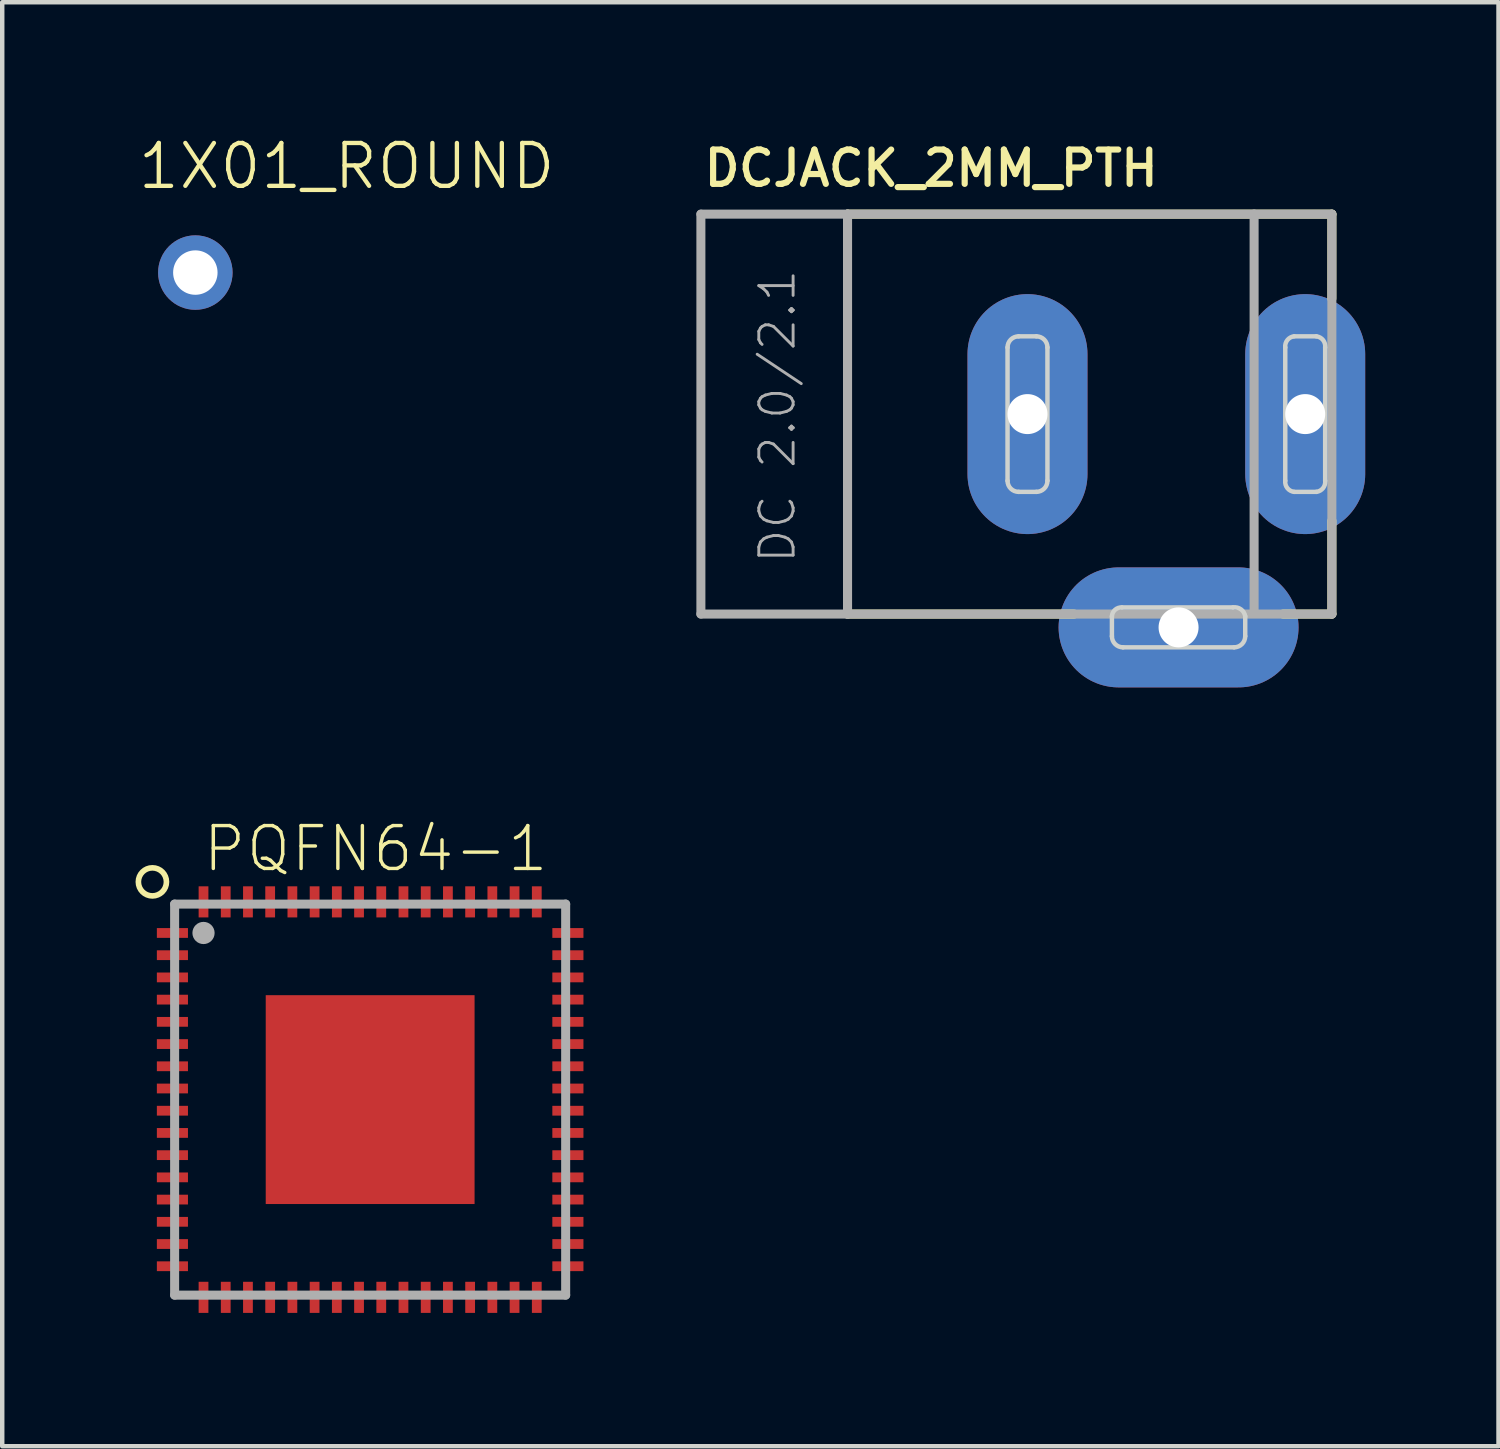
<source format=kicad_pcb>
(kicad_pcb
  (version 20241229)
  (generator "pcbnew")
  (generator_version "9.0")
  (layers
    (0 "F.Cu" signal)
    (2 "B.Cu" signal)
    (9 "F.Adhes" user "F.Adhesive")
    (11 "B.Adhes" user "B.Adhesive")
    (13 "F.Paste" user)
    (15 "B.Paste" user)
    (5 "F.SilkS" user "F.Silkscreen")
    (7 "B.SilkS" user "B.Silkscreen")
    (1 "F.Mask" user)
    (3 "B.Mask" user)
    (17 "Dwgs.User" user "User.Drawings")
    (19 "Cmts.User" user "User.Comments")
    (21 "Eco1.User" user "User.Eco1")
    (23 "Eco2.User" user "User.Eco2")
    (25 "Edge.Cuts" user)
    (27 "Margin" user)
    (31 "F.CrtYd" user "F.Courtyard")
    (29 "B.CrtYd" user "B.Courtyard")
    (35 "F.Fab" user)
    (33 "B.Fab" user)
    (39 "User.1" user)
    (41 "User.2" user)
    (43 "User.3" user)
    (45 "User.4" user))
  (footprint "1X01_ROUND"
    (layer "F.Cu")
    (at 1.346 3.084)
    (property "Reference" "1X01_ROUND" (at -1.346 -1.829 0) (layer "F.SilkS") (effects (font (size 0.965 0.965) (thickness 0.097)) (justify left bottom)))
    (attr through_hole)
    (fp_poly (pts (xy -0.254 0.254) (xy 0.254 0.254) (xy 0.254 -0.254) (xy -0.254 -0.254)) (stroke (width 0.1) (type solid)) (fill no) (layer "F.Fab"))
    (pad "1" thru_hole circle (at 0 0 90) (size 1.676 1.676) (drill 1) (layers "*.Cu" "*.Mask")))
  (footprint "PQFN64-1"
    (layer "F.Cu")
    (at 5.28 21.696)
    (property "Reference" "PQFN64-1" (at -3.81 -5.08 180) (layer "F.SilkS") (effects (font (size 0.965 0.965) (thickness 0.077)) (justify left bottom)))
    (attr through_hole)
    (fp_circle (center -4.9 -4.9) (end -4.584 -4.9) (stroke (width 0.127) (type solid)) (fill no) (layer "F.SilkS"))
    (fp_poly (pts (xy -1.905 -0.381) (xy -0.381 -0.381) (xy -0.381 -1.905) (xy -1.905 -1.905)) (stroke (width 0) (type solid)) (fill yes) (layer "F.Paste"))
    (fp_poly (pts (xy -1.905 1.905) (xy -0.381 1.905) (xy -0.381 0.381) (xy -1.905 0.381)) (stroke (width 0) (type solid)) (fill yes) (layer "F.Paste"))
    (fp_poly (pts (xy 0.381 -0.381) (xy 1.905 -0.381) (xy 1.905 -1.905) (xy 0.381 -1.905)) (stroke (width 0) (type solid)) (fill yes) (layer "F.Paste"))
    (fp_poly (pts (xy 0.381 1.905) (xy 1.905 1.905) (xy 1.905 0.381) (xy 0.381 0.381)) (stroke (width 0) (type solid)) (fill yes) (layer "F.Paste"))
    (fp_line (start -4.4 -4.4) (end -4.4 4.4) (stroke (width 0.203) (type solid)) (layer "F.Fab"))
    (fp_line (start -4.4 4.4) (end 4.4 4.4) (stroke (width 0.203) (type solid)) (layer "F.Fab"))
    (fp_line (start 4.4 -4.4) (end -4.4 -4.4) (stroke (width 0.203) (type solid)) (layer "F.Fab"))
    (fp_line (start 4.4 4.4) (end 4.4 -4.4) (stroke (width 0.203) (type solid)) (layer "F.Fab"))
    (fp_circle (center -3.75 -3.75) (end -3.5 -3.75) (stroke (width 0) (type solid)) (fill yes) (layer "F.Fab"))
    (pad "1" smd rect (at -4.45 -3.75) (size 0.7 0.22) (layers "F.Cu" "F.Mask" "F.Paste"))
    (pad "2" smd rect (at -4.45 -3.25) (size 0.7 0.22) (layers "F.Cu" "F.Mask" "F.Paste"))
    (pad "3" smd rect (at -4.45 -2.75) (size 0.7 0.22) (layers "F.Cu" "F.Mask" "F.Paste"))
    (pad "4" smd rect (at -4.45 -2.25) (size 0.7 0.22) (layers "F.Cu" "F.Mask" "F.Paste"))
    (pad "5" smd rect (at -4.45 -1.75) (size 0.7 0.22) (layers "F.Cu" "F.Mask" "F.Paste"))
    (pad "6" smd rect (at -4.45 -1.25) (size 0.7 0.22) (layers "F.Cu" "F.Mask" "F.Paste"))
    (pad "7" smd rect (at -4.45 -0.75) (size 0.7 0.22) (layers "F.Cu" "F.Mask" "F.Paste"))
    (pad "8" smd rect (at -4.45 -0.25) (size 0.7 0.22) (layers "F.Cu" "F.Mask" "F.Paste"))
    (pad "9" smd rect (at -4.45 0.25) (size 0.7 0.22) (layers "F.Cu" "F.Mask" "F.Paste"))
    (pad "10" smd rect (at -4.45 0.75) (size 0.7 0.22) (layers "F.Cu" "F.Mask" "F.Paste"))
    (pad "11" smd rect (at -4.45 1.25) (size 0.7 0.22) (layers "F.Cu" "F.Mask" "F.Paste"))
    (pad "12" smd rect (at -4.45 1.75) (size 0.7 0.22) (layers "F.Cu" "F.Mask" "F.Paste"))
    (pad "13" smd rect (at -4.45 2.25) (size 0.7 0.22) (layers "F.Cu" "F.Mask" "F.Paste"))
    (pad "14" smd rect (at -4.45 2.75) (size 0.7 0.22) (layers "F.Cu" "F.Mask" "F.Paste"))
    (pad "15" smd rect (at -4.45 3.25) (size 0.7 0.22) (layers "F.Cu" "F.Mask" "F.Paste"))
    (pad "16" smd rect (at -4.45 3.75) (size 0.7 0.22) (layers "F.Cu" "F.Mask" "F.Paste"))
    (pad "17" smd rect (at -3.75 4.45 90) (size 0.7 0.22) (layers "F.Cu" "F.Mask" "F.Paste"))
    (pad "18" smd rect (at -3.25 4.45 90) (size 0.7 0.22) (layers "F.Cu" "F.Mask" "F.Paste"))
    (pad "19" smd rect (at -2.75 4.45 90) (size 0.7 0.22) (layers "F.Cu" "F.Mask" "F.Paste"))
    (pad "20" smd rect (at -2.25 4.45 90) (size 0.7 0.22) (layers "F.Cu" "F.Mask" "F.Paste"))
    (pad "21" smd rect (at -1.75 4.45 90) (size 0.7 0.22) (layers "F.Cu" "F.Mask" "F.Paste"))
    (pad "22" smd rect (at -1.25 4.45 90) (size 0.7 0.22) (layers "F.Cu" "F.Mask" "F.Paste"))
    (pad "23" smd rect (at -0.75 4.45 90) (size 0.7 0.22) (layers "F.Cu" "F.Mask" "F.Paste"))
    (pad "24" smd rect (at -0.25 4.45 90) (size 0.7 0.22) (layers "F.Cu" "F.Mask" "F.Paste"))
    (pad "25" smd rect (at 0.25 4.45 90) (size 0.7 0.22) (layers "F.Cu" "F.Mask" "F.Paste"))
    (pad "26" smd rect (at 0.75 4.45 90) (size 0.7 0.22) (layers "F.Cu" "F.Mask" "F.Paste"))
    (pad "27" smd rect (at 1.25 4.45 90) (size 0.7 0.22) (layers "F.Cu" "F.Mask" "F.Paste"))
    (pad "28" smd rect (at 1.75 4.45 90) (size 0.7 0.22) (layers "F.Cu" "F.Mask" "F.Paste"))
    (pad "29" smd rect (at 2.25 4.45 90) (size 0.7 0.22) (layers "F.Cu" "F.Mask" "F.Paste"))
    (pad "30" smd rect (at 2.75 4.45 90) (size 0.7 0.22) (layers "F.Cu" "F.Mask" "F.Paste"))
    (pad "31" smd rect (at 3.25 4.45 90) (size 0.7 0.22) (layers "F.Cu" "F.Mask" "F.Paste"))
    (pad "32" smd rect (at 3.75 4.45 90) (size 0.7 0.22) (layers "F.Cu" "F.Mask" "F.Paste"))
    (pad "33" smd rect (at 4.45 3.75 180) (size 0.7 0.22) (layers "F.Cu" "F.Mask" "F.Paste"))
    (pad "34" smd rect (at 4.45 3.25 180) (size 0.7 0.22) (layers "F.Cu" "F.Mask" "F.Paste"))
    (pad "35" smd rect (at 4.45 2.75 180) (size 0.7 0.22) (layers "F.Cu" "F.Mask" "F.Paste"))
    (pad "36" smd rect (at 4.45 2.25 180) (size 0.7 0.22) (layers "F.Cu" "F.Mask" "F.Paste"))
    (pad "37" smd rect (at 4.45 1.75 180) (size 0.7 0.22) (layers "F.Cu" "F.Mask" "F.Paste"))
    (pad "38" smd rect (at 4.45 1.25 180) (size 0.7 0.22) (layers "F.Cu" "F.Mask" "F.Paste"))
    (pad "39" smd rect (at 4.45 0.75 180) (size 0.7 0.22) (layers "F.Cu" "F.Mask" "F.Paste"))
    (pad "40" smd rect (at 4.45 0.25 180) (size 0.7 0.22) (layers "F.Cu" "F.Mask" "F.Paste"))
    (pad "41" smd rect (at 4.45 -0.25 180) (size 0.7 0.22) (layers "F.Cu" "F.Mask" "F.Paste"))
    (pad "42" smd rect (at 4.45 -0.75 180) (size 0.7 0.22) (layers "F.Cu" "F.Mask" "F.Paste"))
    (pad "43" smd rect (at 4.45 -1.25 180) (size 0.7 0.22) (layers "F.Cu" "F.Mask" "F.Paste"))
    (pad "44" smd rect (at 4.45 -1.75 180) (size 0.7 0.22) (layers "F.Cu" "F.Mask" "F.Paste"))
    (pad "45" smd rect (at 4.45 -2.25 180) (size 0.7 0.22) (layers "F.Cu" "F.Mask" "F.Paste"))
    (pad "46" smd rect (at 4.45 -2.75 180) (size 0.7 0.22) (layers "F.Cu" "F.Mask" "F.Paste"))
    (pad "47" smd rect (at 4.45 -3.25 180) (size 0.7 0.22) (layers "F.Cu" "F.Mask" "F.Paste"))
    (pad "48" smd rect (at 4.45 -3.75 180) (size 0.7 0.22) (layers "F.Cu" "F.Mask" "F.Paste"))
    (pad "49" smd rect (at 3.75 -4.45 270) (size 0.7 0.22) (layers "F.Cu" "F.Mask" "F.Paste"))
    (pad "50" smd rect (at 3.25 -4.45 270) (size 0.7 0.22) (layers "F.Cu" "F.Mask" "F.Paste"))
    (pad "51" smd rect (at 2.75 -4.45 270) (size 0.7 0.22) (layers "F.Cu" "F.Mask" "F.Paste"))
    (pad "52" smd rect (at 2.25 -4.45 270) (size 0.7 0.22) (layers "F.Cu" "F.Mask" "F.Paste"))
    (pad "53" smd rect (at 1.75 -4.45 270) (size 0.7 0.22) (layers "F.Cu" "F.Mask" "F.Paste"))
    (pad "54" smd rect (at 1.25 -4.45 270) (size 0.7 0.22) (layers "F.Cu" "F.Mask" "F.Paste"))
    (pad "55" smd rect (at 0.75 -4.45 270) (size 0.7 0.22) (layers "F.Cu" "F.Mask" "F.Paste"))
    (pad "56" smd rect (at 0.25 -4.45 270) (size 0.7 0.22) (layers "F.Cu" "F.Mask" "F.Paste"))
    (pad "57" smd rect (at -0.25 -4.45 270) (size 0.7 0.22) (layers "F.Cu" "F.Mask" "F.Paste"))
    (pad "58" smd rect (at -0.75 -4.45 270) (size 0.7 0.22) (layers "F.Cu" "F.Mask" "F.Paste"))
    (pad "59" smd rect (at -1.25 -4.45 270) (size 0.7 0.22) (layers "F.Cu" "F.Mask" "F.Paste"))
    (pad "60" smd rect (at -1.75 -4.45 270) (size 0.7 0.22) (layers "F.Cu" "F.Mask" "F.Paste"))
    (pad "61" smd rect (at -2.25 -4.45 270) (size 0.7 0.22) (layers "F.Cu" "F.Mask" "F.Paste"))
    (pad "62" smd rect (at -2.75 -4.45 270) (size 0.7 0.22) (layers "F.Cu" "F.Mask" "F.Paste"))
    (pad "63" smd rect (at -3.25 -4.45 270) (size 0.7 0.22) (layers "F.Cu" "F.Mask" "F.Paste"))
    (pad "64" smd rect (at -3.75 -4.45 270) (size 0.7 0.22) (layers "F.Cu" "F.Mask" "F.Paste"))
    (pad "EXP" smd rect (at 0 0) (size 4.7 4.7) (layers "F.Cu" "F.Mask")))
  (footprint "DCJACK_2MM_PTH"
    (layer "F.Cu")
    (at 12.723 6.269)
    (property "Reference" "DCJACK_2MM_PTH" (at 0 -5.08 0) (layer "F.SilkS") (effects (font (size 0.772 0.772) (thickness 0.139)) (justify left bottom)))
    (attr through_hole)
    (fp_line (start 3.3 -4.5) (end 3.3 4.5) (stroke (width 0.203) (type solid)) (layer "F.SilkS"))
    (fp_line (start 3.3 -4.5) (end 14.2 -4.5) (stroke (width 0.203) (type solid)) (layer "F.SilkS"))
    (fp_line (start 3.3 4.5) (end 8.4 4.5) (stroke (width 0.203) (type solid)) (layer "F.SilkS"))
    (fp_line (start 14.2 -4.5) (end 14.2 -2.6) (stroke (width 0.203) (type solid)) (layer "F.SilkS"))
    (fp_line (start 14.2 4.5) (end 13.1 4.5) (stroke (width 0.203) (type solid)) (layer "F.SilkS"))
    (fp_line (start 14.2 4.5) (end 14.2 2.4) (stroke (width 0.203) (type solid)) (layer "F.SilkS"))
    (fp_line (start 6.901 1.5) (end 6.901 -1.5) (stroke (width 0.1) (type solid)) (layer "Edge.Cuts"))
    (fp_line (start 7.151 -1.75) (end 7.549 -1.75) (stroke (width 0.1) (type solid)) (layer "Edge.Cuts"))
    (fp_line (start 7.549 1.75) (end 7.151 1.75) (stroke (width 0.1) (type solid)) (layer "Edge.Cuts"))
    (fp_line (start 7.799 -1.5) (end 7.799 1.5) (stroke (width 0.1) (type solid)) (layer "Edge.Cuts"))
    (fp_line (start 9.25 4.999) (end 9.25 4.55) (stroke (width 0.1) (type solid)) (layer "Edge.Cuts"))
    (fp_line (start 9.475 4.351) (end 11.975 4.351) (stroke (width 0.1) (type solid)) (layer "Edge.Cuts"))
    (fp_line (start 12 5.249) (end 9.5 5.249) (stroke (width 0.1) (type solid)) (layer "Edge.Cuts"))
    (fp_line (start 12.25 4.55) (end 12.25 4.999) (stroke (width 0.1) (type solid)) (layer "Edge.Cuts"))
    (fp_line (start 13.151 1.5) (end 13.151 -1.5) (stroke (width 0.1) (type solid)) (layer "Edge.Cuts"))
    (fp_line (start 13.35 -1.75) (end 13.85 -1.75) (stroke (width 0.1) (type solid)) (layer "Edge.Cuts"))
    (fp_line (start 13.85 1.75) (end 13.35 1.75) (stroke (width 0.1) (type solid)) (layer "Edge.Cuts"))
    (fp_line (start 14.049 -1.5) (end 14.049 1.5) (stroke (width 0.1) (type solid)) (layer "Edge.Cuts"))
    (fp_arc (start 6.9008 -1.5) (mid 6.974023 -1.676777) (end 7.1508 -1.75) (stroke (width 0.1) (type solid)) (layer "Edge.Cuts"))
    (fp_arc (start 7.1508 1.75) (mid 6.974023 1.676777) (end 6.9008 1.5) (stroke (width 0.1) (type solid)) (layer "Edge.Cuts"))
    (fp_arc (start 7.5492 -1.75) (mid 7.725977 -1.676777) (end 7.7992 -1.5) (stroke (width 0.1) (type solid)) (layer "Edge.Cuts"))
    (fp_arc (start 7.7992 1.5) (mid 7.725977 1.676777) (end 7.5492 1.75) (stroke (width 0.1) (type solid)) (layer "Edge.Cuts"))
    (fp_arc (start 9.25 4.55) (mid 9.321044 4.403884) (end 9.4746 4.3508) (stroke (width 0.1) (type solid)) (layer "Edge.Cuts"))
    (fp_arc (start 9.5 5.2492) (mid 9.323223 5.175977) (end 9.25 4.9992) (stroke (width 0.1) (type solid)) (layer "Edge.Cuts"))
    (fp_arc (start 11.9746 4.3508) (mid 12.153556 4.393363) (end 12.25 4.55) (stroke (width 0.1) (type solid)) (layer "Edge.Cuts"))
    (fp_arc (start 12.25 4.9992) (mid 12.176777 5.175977) (end 12 5.2492) (stroke (width 0.1) (type solid)) (layer "Edge.Cuts"))
    (fp_arc (start 13.1508 -1.5) (mid 13.198623 -1.666256) (end 13.35 -1.75) (stroke (width 0.1) (type solid)) (layer "Edge.Cuts"))
    (fp_arc (start 13.35 1.75) (mid 13.198623 1.666256) (end 13.1508 1.5) (stroke (width 0.1) (type solid)) (layer "Edge.Cuts"))
    (fp_arc (start 13.85 -1.75) (mid 14.001377 -1.666256) (end 14.0492 -1.5) (stroke (width 0.1) (type solid)) (layer "Edge.Cuts"))
    (fp_arc (start 14.0492 1.5) (mid 14.001377 1.666256) (end 13.85 1.75) (stroke (width 0.1) (type solid)) (layer "Edge.Cuts"))
    (fp_line (start 0 4.5) (end 0 -4.5) (stroke (width 0.203) (type solid)) (layer "F.Fab"))
    (fp_line (start 0 4.5) (end 3.3 4.5) (stroke (width 0.203) (type solid)) (layer "F.Fab"))
    (fp_line (start 3.3 -4.5) (end 0 -4.5) (stroke (width 0.203) (type solid)) (layer "F.Fab"))
    (fp_line (start 3.3 -4.5) (end 3.3 4.5) (stroke (width 0.203) (type solid)) (layer "F.Fab"))
    (fp_line (start 3.3 -4.5) (end 12.45 -4.5) (stroke (width 0.203) (type solid)) (layer "F.Fab"))
    (fp_line (start 12.45 -4.5) (end 12.45 4.4) (stroke (width 0.203) (type solid)) (layer "F.Fab"))
    (fp_line (start 12.45 -4.5) (end 14.2 -4.5) (stroke (width 0.203) (type solid)) (layer "F.Fab"))
    (fp_line (start 14.2 -4.5) (end 14.2 4.5) (stroke (width 0.203) (type solid)) (layer "F.Fab"))
    (fp_line (start 14.2 4.5) (end 3.3 4.5) (stroke (width 0.203) (type solid)) (layer "F.Fab"))
    (fp_text user "DC 2.0/2.1" (at 1.27 -3.302 90) (layer "F.Fab") (effects (font (size 0.772 0.772) (thickness 0.065)) (justify right top)))
    (pad "GND" thru_hole oval (at 7.35 0 270) (size 5.4 2.7) (drill 0.9) (layers "*.Cu" "*.Mask"))
    (pad "GNDBREAK" thru_hole oval (at 10.75 4.8) (size 5.4 2.7) (drill 0.9) (layers "*.Cu" "*.Mask"))
    (pad "PWR" thru_hole oval (at 13.6 0 270) (size 5.4 2.7) (drill 0.9) (layers "*.Cu" "*.Mask")))
  (gr_rect
    (start -3 -3)
    (end 30.673 29.496)
    (stroke (width 0.1) (type default))
    (fill no)
    (layer "Edge.Cuts")))
</source>
